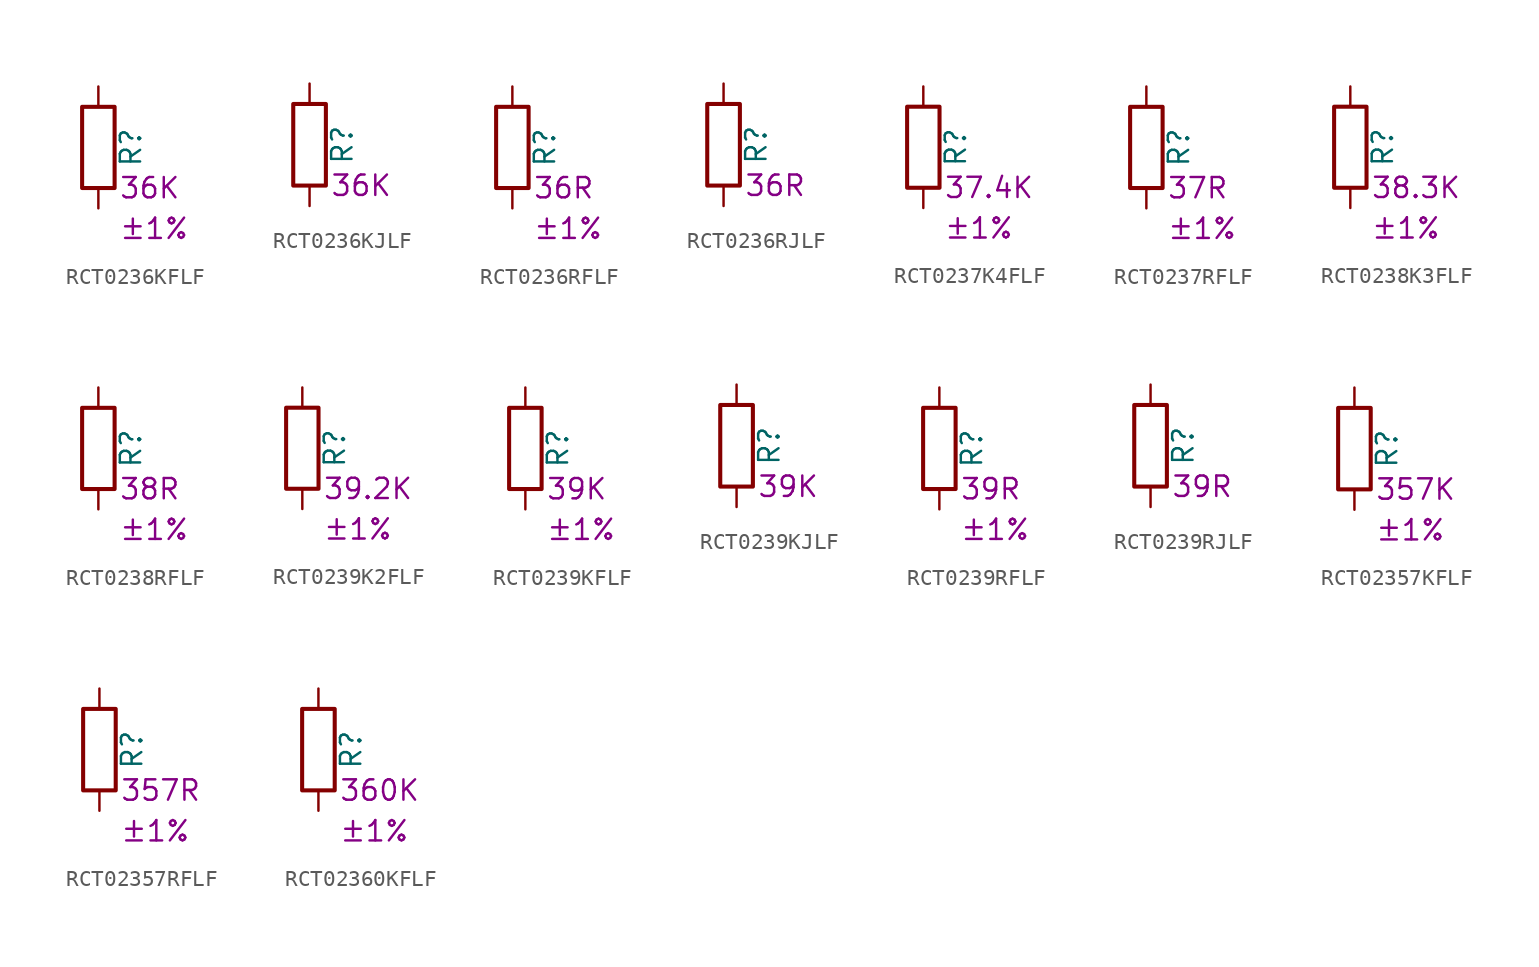
<source format=kicad_sym>
(kicad_symbol_lib
  (version 20220914)
  (generator kicad_symbol_editor)
  (symbol "RCT0236KFLF"
    (pin_numbers hide)
    (pin_names
      (offset 0))
    (property "Reference" "R"
      (at 2.032 0 90)
      (effects (font (size 1.27 1.27))))
    (property "Resistance" "36K"
      (at 1.27 -2.54 0)
      (effects (font (size 1.27 1.27)) (justify left)))
    (property "Tolerance" "±1%"
      (at 1.27 -5.08 0)
      (effects (font (size 1.27 1.27)) (justify left)))
    (symbol "RCT0236KFLF_0_1"
      (rectangle (start -1.016 -2.54) (end 1.016 2.54) (stroke (width 0.254) (type default)) (fill (type none))))
    (symbol "RCT0236KFLF_1_1"
      (pin passive line (at 0 3.81 270) (length 1.27) (name "~" (effects (font (size 1.27 1.27)))) (number "1" (effects (font (size 1.27 1.27)))))
      (pin passive line (at 0 -3.81 90) (length 1.27) (name "~" (effects (font (size 1.27 1.27)))) (number "2" (effects (font (size 1.27 1.27)))))))
  (symbol "RCT0236KJLF"
    (pin_numbers hide)
    (pin_names
      (offset 0))
    (property "Reference" "R"
      (at 2.032 0 90)
      (effects (font (size 1.27 1.27))))
    (property "Resistance" "36K"
      (at 1.27 -2.54 0)
      (effects (font (size 1.27 1.27)) (justify left)))
    (symbol "RCT0236KJLF_0_1"
      (rectangle (start -1.016 -2.54) (end 1.016 2.54) (stroke (width 0.254) (type default)) (fill (type none))))
    (symbol "RCT0236KJLF_1_1"
      (pin passive line (at 0 3.81 270) (length 1.27) (name "~" (effects (font (size 1.27 1.27)))) (number "1" (effects (font (size 1.27 1.27)))))
      (pin passive line (at 0 -3.81 90) (length 1.27) (name "~" (effects (font (size 1.27 1.27)))) (number "2" (effects (font (size 1.27 1.27)))))))
  (symbol "RCT0236RFLF"
    (pin_numbers hide)
    (pin_names
      (offset 0))
    (property "Reference" "R"
      (at 2.032 0 90)
      (effects (font (size 1.27 1.27))))
    (property "Resistance" "36R"
      (at 1.27 -2.54 0)
      (effects (font (size 1.27 1.27)) (justify left)))
    (property "Tolerance" "±1%"
      (at 1.27 -5.08 0)
      (effects (font (size 1.27 1.27)) (justify left)))
    (symbol "RCT0236RFLF_0_1"
      (rectangle (start -1.016 -2.54) (end 1.016 2.54) (stroke (width 0.254) (type default)) (fill (type none))))
    (symbol "RCT0236RFLF_1_1"
      (pin passive line (at 0 3.81 270) (length 1.27) (name "~" (effects (font (size 1.27 1.27)))) (number "1" (effects (font (size 1.27 1.27)))))
      (pin passive line (at 0 -3.81 90) (length 1.27) (name "~" (effects (font (size 1.27 1.27)))) (number "2" (effects (font (size 1.27 1.27)))))))
  (symbol "RCT0236RJLF"
    (pin_numbers hide)
    (pin_names
      (offset 0))
    (property "Reference" "R"
      (at 2.032 0 90)
      (effects (font (size 1.27 1.27))))
    (property "Resistance" "36R"
      (at 1.27 -2.54 0)
      (effects (font (size 1.27 1.27)) (justify left)))
    (symbol "RCT0236RJLF_0_1"
      (rectangle (start -1.016 -2.54) (end 1.016 2.54) (stroke (width 0.254) (type default)) (fill (type none))))
    (symbol "RCT0236RJLF_1_1"
      (pin passive line (at 0 3.81 270) (length 1.27) (name "~" (effects (font (size 1.27 1.27)))) (number "1" (effects (font (size 1.27 1.27)))))
      (pin passive line (at 0 -3.81 90) (length 1.27) (name "~" (effects (font (size 1.27 1.27)))) (number "2" (effects (font (size 1.27 1.27)))))))
  (symbol "RCT0237K4FLF"
    (pin_numbers hide)
    (pin_names
      (offset 0))
    (property "Reference" "R"
      (at 2.032 0 90)
      (effects (font (size 1.27 1.27))))
    (property "Resistance" "37.4K"
      (at 1.27 -2.54 0)
      (effects (font (size 1.27 1.27)) (justify left)))
    (property "Tolerance" "±1%"
      (at 1.27 -5.08 0)
      (effects (font (size 1.27 1.27)) (justify left)))
    (symbol "RCT0237K4FLF_0_1"
      (rectangle (start -1.016 -2.54) (end 1.016 2.54) (stroke (width 0.254) (type default)) (fill (type none))))
    (symbol "RCT0237K4FLF_1_1"
      (pin passive line (at 0 3.81 270) (length 1.27) (name "~" (effects (font (size 1.27 1.27)))) (number "1" (effects (font (size 1.27 1.27)))))
      (pin passive line (at 0 -3.81 90) (length 1.27) (name "~" (effects (font (size 1.27 1.27)))) (number "2" (effects (font (size 1.27 1.27)))))))
  (symbol "RCT0237RFLF"
    (pin_numbers hide)
    (pin_names
      (offset 0))
    (property "Reference" "R"
      (at 2.032 0 90)
      (effects (font (size 1.27 1.27))))
    (property "Resistance" "37R"
      (at 1.27 -2.54 0)
      (effects (font (size 1.27 1.27)) (justify left)))
    (property "Tolerance" "±1%"
      (at 1.27 -5.08 0)
      (effects (font (size 1.27 1.27)) (justify left)))
    (symbol "RCT0237RFLF_0_1"
      (rectangle (start -1.016 -2.54) (end 1.016 2.54) (stroke (width 0.254) (type default)) (fill (type none))))
    (symbol "RCT0237RFLF_1_1"
      (pin passive line (at 0 3.81 270) (length 1.27) (name "~" (effects (font (size 1.27 1.27)))) (number "1" (effects (font (size 1.27 1.27)))))
      (pin passive line (at 0 -3.81 90) (length 1.27) (name "~" (effects (font (size 1.27 1.27)))) (number "2" (effects (font (size 1.27 1.27)))))))
  (symbol "RCT0238K3FLF"
    (pin_numbers hide)
    (pin_names
      (offset 0))
    (property "Reference" "R"
      (at 2.032 0 90)
      (effects (font (size 1.27 1.27))))
    (property "Resistance" "38.3K"
      (at 1.27 -2.54 0)
      (effects (font (size 1.27 1.27)) (justify left)))
    (property "Tolerance" "±1%"
      (at 1.27 -5.08 0)
      (effects (font (size 1.27 1.27)) (justify left)))
    (symbol "RCT0238K3FLF_0_1"
      (rectangle (start -1.016 -2.54) (end 1.016 2.54) (stroke (width 0.254) (type default)) (fill (type none))))
    (symbol "RCT0238K3FLF_1_1"
      (pin passive line (at 0 3.81 270) (length 1.27) (name "~" (effects (font (size 1.27 1.27)))) (number "1" (effects (font (size 1.27 1.27)))))
      (pin passive line (at 0 -3.81 90) (length 1.27) (name "~" (effects (font (size 1.27 1.27)))) (number "2" (effects (font (size 1.27 1.27)))))))
  (symbol "RCT0238RFLF"
    (pin_numbers hide)
    (pin_names
      (offset 0))
    (property "Reference" "R"
      (at 2.032 0 90)
      (effects (font (size 1.27 1.27))))
    (property "Resistance" "38R"
      (at 1.27 -2.54 0)
      (effects (font (size 1.27 1.27)) (justify left)))
    (property "Tolerance" "±1%"
      (at 1.27 -5.08 0)
      (effects (font (size 1.27 1.27)) (justify left)))
    (symbol "RCT0238RFLF_0_1"
      (rectangle (start -1.016 -2.54) (end 1.016 2.54) (stroke (width 0.254) (type default)) (fill (type none))))
    (symbol "RCT0238RFLF_1_1"
      (pin passive line (at 0 3.81 270) (length 1.27) (name "~" (effects (font (size 1.27 1.27)))) (number "1" (effects (font (size 1.27 1.27)))))
      (pin passive line (at 0 -3.81 90) (length 1.27) (name "~" (effects (font (size 1.27 1.27)))) (number "2" (effects (font (size 1.27 1.27)))))))
  (symbol "RCT0239K2FLF"
    (pin_numbers hide)
    (pin_names
      (offset 0))
    (property "Reference" "R"
      (at 2.032 0 90)
      (effects (font (size 1.27 1.27))))
    (property "Resistance" "39.2K"
      (at 1.27 -2.54 0)
      (effects (font (size 1.27 1.27)) (justify left)))
    (property "Tolerance" "±1%"
      (at 1.27 -5.08 0)
      (effects (font (size 1.27 1.27)) (justify left)))
    (symbol "RCT0239K2FLF_0_1"
      (rectangle (start -1.016 -2.54) (end 1.016 2.54) (stroke (width 0.254) (type default)) (fill (type none))))
    (symbol "RCT0239K2FLF_1_1"
      (pin passive line (at 0 3.81 270) (length 1.27) (name "~" (effects (font (size 1.27 1.27)))) (number "1" (effects (font (size 1.27 1.27)))))
      (pin passive line (at 0 -3.81 90) (length 1.27) (name "~" (effects (font (size 1.27 1.27)))) (number "2" (effects (font (size 1.27 1.27)))))))
  (symbol "RCT0239KFLF"
    (pin_numbers hide)
    (pin_names
      (offset 0))
    (property "Reference" "R"
      (at 2.032 0 90)
      (effects (font (size 1.27 1.27))))
    (property "Resistance" "39K"
      (at 1.27 -2.54 0)
      (effects (font (size 1.27 1.27)) (justify left)))
    (property "Tolerance" "±1%"
      (at 1.27 -5.08 0)
      (effects (font (size 1.27 1.27)) (justify left)))
    (symbol "RCT0239KFLF_0_1"
      (rectangle (start -1.016 -2.54) (end 1.016 2.54) (stroke (width 0.254) (type default)) (fill (type none))))
    (symbol "RCT0239KFLF_1_1"
      (pin passive line (at 0 3.81 270) (length 1.27) (name "~" (effects (font (size 1.27 1.27)))) (number "1" (effects (font (size 1.27 1.27)))))
      (pin passive line (at 0 -3.81 90) (length 1.27) (name "~" (effects (font (size 1.27 1.27)))) (number "2" (effects (font (size 1.27 1.27)))))))
  (symbol "RCT0239KJLF"
    (pin_numbers hide)
    (pin_names
      (offset 0))
    (property "Reference" "R"
      (at 2.032 0 90)
      (effects (font (size 1.27 1.27))))
    (property "Resistance" "39K"
      (at 1.27 -2.54 0)
      (effects (font (size 1.27 1.27)) (justify left)))
    (symbol "RCT0239KJLF_0_1"
      (rectangle (start -1.016 -2.54) (end 1.016 2.54) (stroke (width 0.254) (type default)) (fill (type none))))
    (symbol "RCT0239KJLF_1_1"
      (pin passive line (at 0 3.81 270) (length 1.27) (name "~" (effects (font (size 1.27 1.27)))) (number "1" (effects (font (size 1.27 1.27)))))
      (pin passive line (at 0 -3.81 90) (length 1.27) (name "~" (effects (font (size 1.27 1.27)))) (number "2" (effects (font (size 1.27 1.27)))))))
  (symbol "RCT0239RFLF"
    (pin_numbers hide)
    (pin_names
      (offset 0))
    (property "Reference" "R"
      (at 2.032 0 90)
      (effects (font (size 1.27 1.27))))
    (property "Resistance" "39R"
      (at 1.27 -2.54 0)
      (effects (font (size 1.27 1.27)) (justify left)))
    (property "Tolerance" "±1%"
      (at 1.27 -5.08 0)
      (effects (font (size 1.27 1.27)) (justify left)))
    (symbol "RCT0239RFLF_0_1"
      (rectangle (start -1.016 -2.54) (end 1.016 2.54) (stroke (width 0.254) (type default)) (fill (type none))))
    (symbol "RCT0239RFLF_1_1"
      (pin passive line (at 0 3.81 270) (length 1.27) (name "~" (effects (font (size 1.27 1.27)))) (number "1" (effects (font (size 1.27 1.27)))))
      (pin passive line (at 0 -3.81 90) (length 1.27) (name "~" (effects (font (size 1.27 1.27)))) (number "2" (effects (font (size 1.27 1.27)))))))
  (symbol "RCT0239RJLF"
    (pin_numbers hide)
    (pin_names
      (offset 0))
    (property "Reference" "R"
      (at 2.032 0 90)
      (effects (font (size 1.27 1.27))))
    (property "Resistance" "39R"
      (at 1.27 -2.54 0)
      (effects (font (size 1.27 1.27)) (justify left)))
    (symbol "RCT0239RJLF_0_1"
      (rectangle (start -1.016 -2.54) (end 1.016 2.54) (stroke (width 0.254) (type default)) (fill (type none))))
    (symbol "RCT0239RJLF_1_1"
      (pin passive line (at 0 3.81 270) (length 1.27) (name "~" (effects (font (size 1.27 1.27)))) (number "1" (effects (font (size 1.27 1.27)))))
      (pin passive line (at 0 -3.81 90) (length 1.27) (name "~" (effects (font (size 1.27 1.27)))) (number "2" (effects (font (size 1.27 1.27)))))))
  (symbol "RCT02357KFLF"
    (pin_numbers hide)
    (pin_names
      (offset 0))
    (property "Reference" "R"
      (at 2.032 0 90)
      (effects (font (size 1.27 1.27))))
    (property "Resistance" "357K"
      (at 1.27 -2.54 0)
      (effects (font (size 1.27 1.27)) (justify left)))
    (property "Tolerance" "±1%"
      (at 1.27 -5.08 0)
      (effects (font (size 1.27 1.27)) (justify left)))
    (symbol "RCT02357KFLF_0_1"
      (rectangle (start -1.016 -2.54) (end 1.016 2.54) (stroke (width 0.254) (type default)) (fill (type none))))
    (symbol "RCT02357KFLF_1_1"
      (pin passive line (at 0 3.81 270) (length 1.27) (name "~" (effects (font (size 1.27 1.27)))) (number "1" (effects (font (size 1.27 1.27)))))
      (pin passive line (at 0 -3.81 90) (length 1.27) (name "~" (effects (font (size 1.27 1.27)))) (number "2" (effects (font (size 1.27 1.27)))))))
  (symbol "RCT02357RFLF"
    (pin_numbers hide)
    (pin_names
      (offset 0))
    (property "Reference" "R"
      (at 2.032 0 90)
      (effects (font (size 1.27 1.27))))
    (property "Resistance" "357R"
      (at 1.27 -2.54 0)
      (effects (font (size 1.27 1.27)) (justify left)))
    (property "Tolerance" "±1%"
      (at 1.27 -5.08 0)
      (effects (font (size 1.27 1.27)) (justify left)))
    (symbol "RCT02357RFLF_0_1"
      (rectangle (start -1.016 -2.54) (end 1.016 2.54) (stroke (width 0.254) (type default)) (fill (type none))))
    (symbol "RCT02357RFLF_1_1"
      (pin passive line (at 0 3.81 270) (length 1.27) (name "~" (effects (font (size 1.27 1.27)))) (number "1" (effects (font (size 1.27 1.27)))))
      (pin passive line (at 0 -3.81 90) (length 1.27) (name "~" (effects (font (size 1.27 1.27)))) (number "2" (effects (font (size 1.27 1.27)))))))
  (symbol "RCT02360KFLF"
    (pin_numbers hide)
    (pin_names
      (offset 0))
    (property "Reference" "R"
      (at 2.032 0 90)
      (effects (font (size 1.27 1.27))))
    (property "Resistance" "360K"
      (at 1.27 -2.54 0)
      (effects (font (size 1.27 1.27)) (justify left)))
    (property "Tolerance" "±1%"
      (at 1.27 -5.08 0)
      (effects (font (size 1.27 1.27)) (justify left)))
    (symbol "RCT02360KFLF_0_1"
      (rectangle (start -1.016 -2.54) (end 1.016 2.54) (stroke (width 0.254) (type default)) (fill (type none))))
    (symbol "RCT02360KFLF_1_1"
      (pin passive line (at 0 3.81 270) (length 1.27) (name "~" (effects (font (size 1.27 1.27)))) (number "1" (effects (font (size 1.27 1.27)))))
      (pin passive line (at 0 -3.81 90) (length 1.27) (name "~" (effects (font (size 1.27 1.27)))) (number "2" (effects (font (size 1.27 1.27))))))))
</source>
